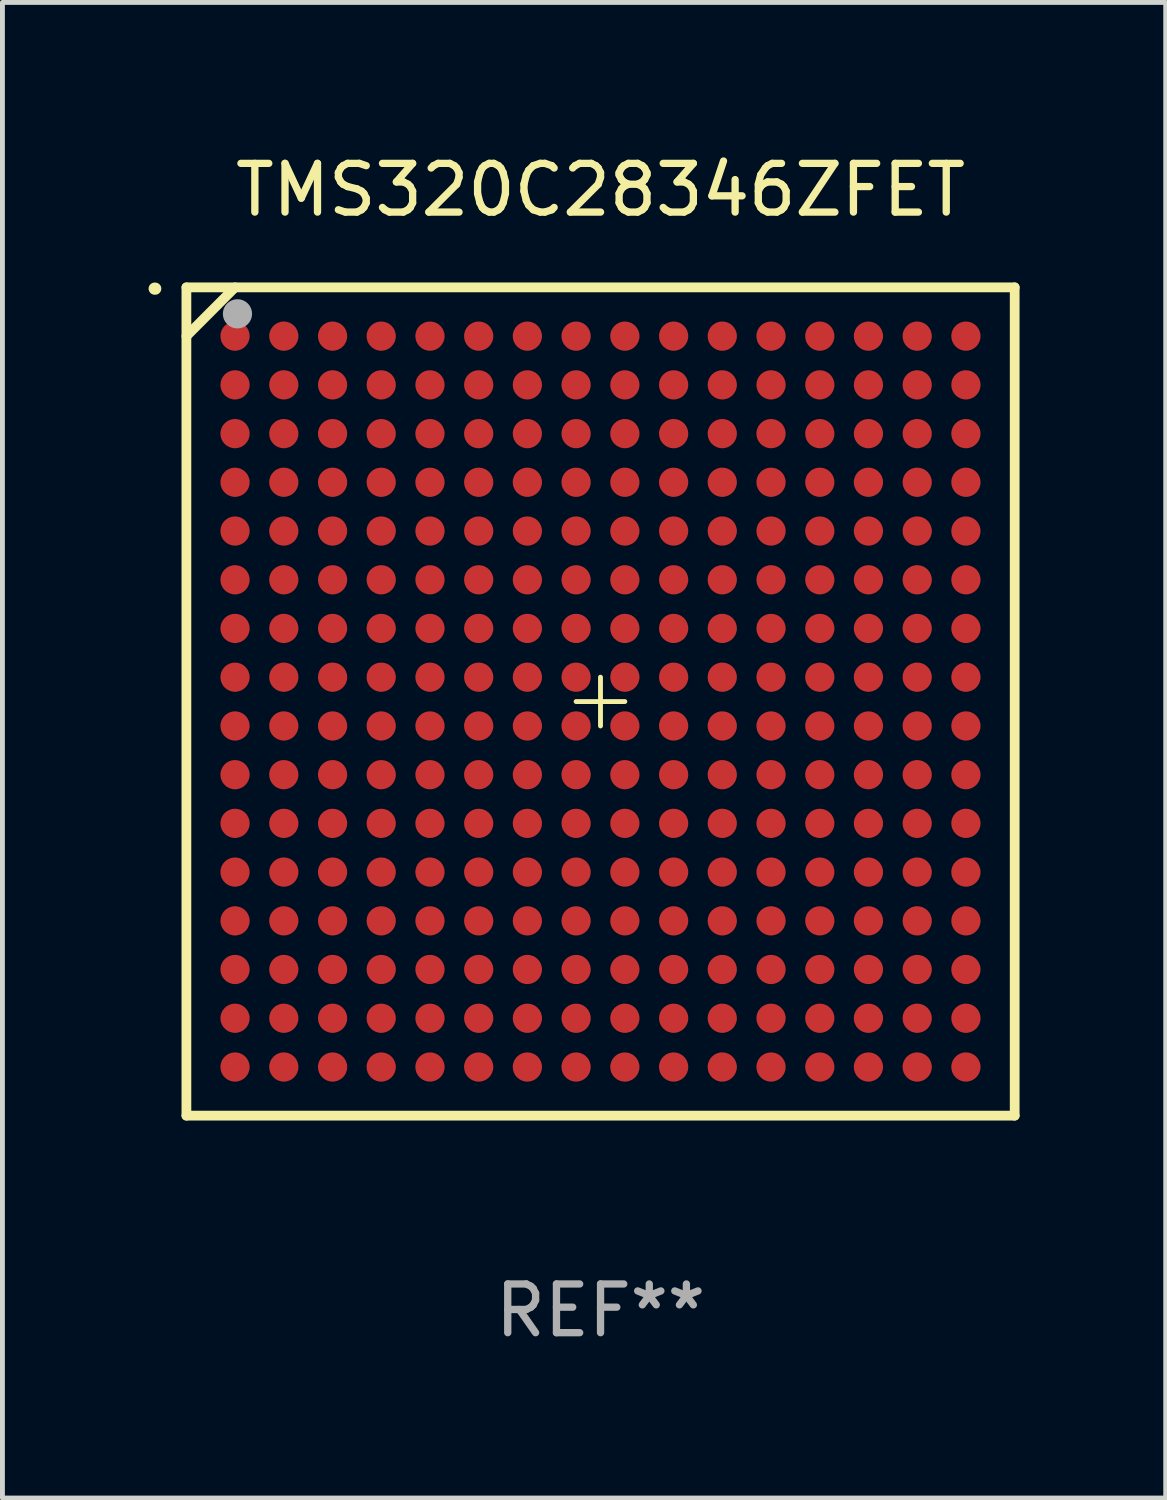
<source format=kicad_pcb>
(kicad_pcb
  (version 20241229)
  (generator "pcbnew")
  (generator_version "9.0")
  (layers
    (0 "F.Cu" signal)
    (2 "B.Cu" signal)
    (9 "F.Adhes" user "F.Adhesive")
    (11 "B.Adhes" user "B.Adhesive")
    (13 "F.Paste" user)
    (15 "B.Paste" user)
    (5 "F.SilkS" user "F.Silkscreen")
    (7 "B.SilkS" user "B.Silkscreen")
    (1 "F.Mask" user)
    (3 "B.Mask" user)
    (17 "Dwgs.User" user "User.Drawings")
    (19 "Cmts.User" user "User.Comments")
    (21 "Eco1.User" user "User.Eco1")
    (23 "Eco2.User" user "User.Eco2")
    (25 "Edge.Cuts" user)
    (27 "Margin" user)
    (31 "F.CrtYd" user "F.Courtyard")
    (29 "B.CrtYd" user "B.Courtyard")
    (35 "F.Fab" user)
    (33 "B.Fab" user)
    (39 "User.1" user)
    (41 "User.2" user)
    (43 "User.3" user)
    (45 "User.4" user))
  (footprint "TMS320C28346ZFET"
    (layer "F.Cu")
    (at 9.276 11.348)
    (property "Reference" "TMS320C28346ZFET" (at 0 -10.5 0) (layer "F.SilkS") (effects (font (size 1 1) (thickness 0.15))))
    (attr through_hole)
    (fp_line (start -8.5 -8.5) (end 8.5 -8.5) (stroke (width 0.1) (type solid)) (layer "F.SilkS"))
    (fp_line (start -8.5 -8.5) (end 8.5 -8.5) (stroke (width 0.2) (type solid)) (layer "F.SilkS"))
    (fp_line (start -8.5 -7.499) (end -7.502 -8.5) (stroke (width 0.2) (type solid)) (layer "F.SilkS"))
    (fp_line (start -8.5 8.5) (end -8.5 -8.5) (stroke (width 0.1) (type solid)) (layer "F.SilkS"))
    (fp_line (start -8.5 8.5) (end -8.5 -8.5) (stroke (width 0.2) (type solid)) (layer "F.SilkS"))
    (fp_line (start -0.001 0.502) (end -0.001 -0.499) (stroke (width 0.1) (type solid)) (layer "F.SilkS"))
    (fp_line (start 0.499 0.001) (end -0.502 0.001) (stroke (width 0.1) (type solid)) (layer "F.SilkS"))
    (fp_line (start 8.5 -8.5) (end 8.5 8.5) (stroke (width 0.1) (type solid)) (layer "F.SilkS"))
    (fp_line (start 8.5 -8.5) (end 8.5 8.5) (stroke (width 0.2) (type solid)) (layer "F.SilkS"))
    (fp_line (start 8.5 8.5) (end -8.5 8.5) (stroke (width 0.1) (type solid)) (layer "F.SilkS"))
    (fp_line (start 8.5 8.5) (end -8.5 8.5) (stroke (width 0.2) (type solid)) (layer "F.SilkS"))
    (fp_arc (start -9.151283 -8.473762) (mid -9.145728 -8.47362) (end -9.140183 -8.473254) (stroke (width 0.249987) (type solid)) (layer "F.SilkS"))
    (fp_circle (center -8.501 -8.499) (end -8.471 -8.499) (stroke (width 0.06) (type solid)) (fill no) (layer "F.SilkS"))
    (fp_circle (center -7.452 -7.957) (end -7.302 -7.957) (stroke (width 0.3) (type solid)) (fill no) (layer "F.Fab"))
    (fp_text user "REF**" (at 0 12.5 0) (layer "F.Fab") (effects (font (size 1 1) (thickness 0.15))))
    (pad "A1" smd circle (at -7.502 -7.499) (size 0.6 0.6) (layers "F.Cu" "F.Mask" "F.Paste"))
    (pad "A2" smd circle (at -6.501 -7.499) (size 0.6 0.6) (layers "F.Cu" "F.Mask" "F.Paste"))
    (pad "A3" smd circle (at -5.5 -7.499) (size 0.6 0.6) (layers "F.Cu" "F.Mask" "F.Paste"))
    (pad "A4" smd circle (at -4.502 -7.499) (size 0.6 0.6) (layers "F.Cu" "F.Mask" "F.Paste"))
    (pad "A5" smd circle (at -3.501 -7.499) (size 0.6 0.6) (layers "F.Cu" "F.Mask" "F.Paste"))
    (pad "A6" smd circle (at -2.501 -7.499) (size 0.6 0.6) (layers "F.Cu" "F.Mask" "F.Paste"))
    (pad "A7" smd circle (at -1.502 -7.499) (size 0.6 0.6) (layers "F.Cu" "F.Mask" "F.Paste"))
    (pad "A8" smd circle (at -0.502 -7.499) (size 0.6 0.6) (layers "F.Cu" "F.Mask" "F.Paste"))
    (pad "A9" smd circle (at 0.499 -7.499) (size 0.6 0.6) (layers "F.Cu" "F.Mask" "F.Paste"))
    (pad "A10" smd circle (at 1.5 -7.499) (size 0.6 0.6) (layers "F.Cu" "F.Mask" "F.Paste"))
    (pad "A11" smd circle (at 2.498 -7.499) (size 0.6 0.6) (layers "F.Cu" "F.Mask" "F.Paste"))
    (pad "A12" smd circle (at 3.499 -7.499) (size 0.6 0.6) (layers "F.Cu" "F.Mask" "F.Paste"))
    (pad "A13" smd circle (at 4.5 -7.499) (size 0.6 0.6) (layers "F.Cu" "F.Mask" "F.Paste"))
    (pad "A14" smd circle (at 5.498 -7.499) (size 0.6 0.6) (layers "F.Cu" "F.Mask" "F.Paste"))
    (pad "A15" smd circle (at 6.499 -7.499) (size 0.6 0.6) (layers "F.Cu" "F.Mask" "F.Paste"))
    (pad "A16" smd circle (at 7.499 -7.499) (size 0.6 0.6) (layers "F.Cu" "F.Mask" "F.Paste"))
    (pad "B1" smd circle (at -7.502 -6.499) (size 0.6 0.6) (layers "F.Cu" "F.Mask" "F.Paste"))
    (pad "B2" smd circle (at -6.501 -6.499) (size 0.6 0.6) (layers "F.Cu" "F.Mask" "F.Paste"))
    (pad "B3" smd circle (at -5.5 -6.499) (size 0.6 0.6) (layers "F.Cu" "F.Mask" "F.Paste"))
    (pad "B4" smd circle (at -4.502 -6.499) (size 0.6 0.6) (layers "F.Cu" "F.Mask" "F.Paste"))
    (pad "B5" smd circle (at -3.501 -6.499) (size 0.6 0.6) (layers "F.Cu" "F.Mask" "F.Paste"))
    (pad "B6" smd circle (at -2.501 -6.499) (size 0.6 0.6) (layers "F.Cu" "F.Mask" "F.Paste"))
    (pad "B7" smd circle (at -1.502 -6.499) (size 0.6 0.6) (layers "F.Cu" "F.Mask" "F.Paste"))
    (pad "B8" smd circle (at -0.502 -6.499) (size 0.6 0.6) (layers "F.Cu" "F.Mask" "F.Paste"))
    (pad "B9" smd circle (at 0.499 -6.499) (size 0.6 0.6) (layers "F.Cu" "F.Mask" "F.Paste"))
    (pad "B10" smd circle (at 1.5 -6.499) (size 0.6 0.6) (layers "F.Cu" "F.Mask" "F.Paste"))
    (pad "B11" smd circle (at 2.498 -6.499) (size 0.6 0.6) (layers "F.Cu" "F.Mask" "F.Paste"))
    (pad "B12" smd circle (at 3.499 -6.499) (size 0.6 0.6) (layers "F.Cu" "F.Mask" "F.Paste"))
    (pad "B13" smd circle (at 4.5 -6.499) (size 0.6 0.6) (layers "F.Cu" "F.Mask" "F.Paste"))
    (pad "B14" smd circle (at 5.498 -6.499) (size 0.6 0.6) (layers "F.Cu" "F.Mask" "F.Paste"))
    (pad "B15" smd circle (at 6.499 -6.499) (size 0.6 0.6) (layers "F.Cu" "F.Mask" "F.Paste"))
    (pad "B16" smd circle (at 7.499 -6.499) (size 0.6 0.6) (layers "F.Cu" "F.Mask" "F.Paste"))
    (pad "C1" smd circle (at -7.502 -5.498) (size 0.6 0.6) (layers "F.Cu" "F.Mask" "F.Paste"))
    (pad "C2" smd circle (at -6.501 -5.498) (size 0.6 0.6) (layers "F.Cu" "F.Mask" "F.Paste"))
    (pad "C3" smd circle (at -5.5 -5.498) (size 0.6 0.6) (layers "F.Cu" "F.Mask" "F.Paste"))
    (pad "C4" smd circle (at -4.502 -5.498) (size 0.6 0.6) (layers "F.Cu" "F.Mask" "F.Paste"))
    (pad "C5" smd circle (at -3.501 -5.498) (size 0.6 0.6) (layers "F.Cu" "F.Mask" "F.Paste"))
    (pad "C6" smd circle (at -2.501 -5.498) (size 0.6 0.6) (layers "F.Cu" "F.Mask" "F.Paste"))
    (pad "C7" smd circle (at -1.502 -5.498) (size 0.6 0.6) (layers "F.Cu" "F.Mask" "F.Paste"))
    (pad "C8" smd circle (at -0.502 -5.498) (size 0.6 0.6) (layers "F.Cu" "F.Mask" "F.Paste"))
    (pad "C9" smd circle (at 0.499 -5.498) (size 0.6 0.6) (layers "F.Cu" "F.Mask" "F.Paste"))
    (pad "C10" smd circle (at 1.5 -5.498) (size 0.6 0.6) (layers "F.Cu" "F.Mask" "F.Paste"))
    (pad "C11" smd circle (at 2.498 -5.498) (size 0.6 0.6) (layers "F.Cu" "F.Mask" "F.Paste"))
    (pad "C12" smd circle (at 3.499 -5.498) (size 0.6 0.6) (layers "F.Cu" "F.Mask" "F.Paste"))
    (pad "C13" smd circle (at 4.5 -5.498) (size 0.6 0.6) (layers "F.Cu" "F.Mask" "F.Paste"))
    (pad "C14" smd circle (at 5.498 -5.498) (size 0.6 0.6) (layers "F.Cu" "F.Mask" "F.Paste"))
    (pad "C15" smd circle (at 6.499 -5.498) (size 0.6 0.6) (layers "F.Cu" "F.Mask" "F.Paste"))
    (pad "C16" smd circle (at 7.499 -5.498) (size 0.6 0.6) (layers "F.Cu" "F.Mask" "F.Paste"))
    (pad "D1" smd circle (at -7.502 -4.5) (size 0.6 0.6) (layers "F.Cu" "F.Mask" "F.Paste"))
    (pad "D2" smd circle (at -6.501 -4.5) (size 0.6 0.6) (layers "F.Cu" "F.Mask" "F.Paste"))
    (pad "D3" smd circle (at -5.5 -4.5) (size 0.6 0.6) (layers "F.Cu" "F.Mask" "F.Paste"))
    (pad "D4" smd circle (at -4.502 -4.5) (size 0.6 0.6) (layers "F.Cu" "F.Mask" "F.Paste"))
    (pad "D5" smd circle (at -3.501 -4.5) (size 0.6 0.6) (layers "F.Cu" "F.Mask" "F.Paste"))
    (pad "D6" smd circle (at -2.501 -4.5) (size 0.6 0.6) (layers "F.Cu" "F.Mask" "F.Paste"))
    (pad "D7" smd circle (at -1.502 -4.5) (size 0.6 0.6) (layers "F.Cu" "F.Mask" "F.Paste"))
    (pad "D8" smd circle (at -0.502 -4.5) (size 0.6 0.6) (layers "F.Cu" "F.Mask" "F.Paste"))
    (pad "D9" smd circle (at 0.499 -4.5) (size 0.6 0.6) (layers "F.Cu" "F.Mask" "F.Paste"))
    (pad "D10" smd circle (at 1.5 -4.5) (size 0.6 0.6) (layers "F.Cu" "F.Mask" "F.Paste"))
    (pad "D11" smd circle (at 2.498 -4.5) (size 0.6 0.6) (layers "F.Cu" "F.Mask" "F.Paste"))
    (pad "D12" smd circle (at 3.499 -4.5) (size 0.6 0.6) (layers "F.Cu" "F.Mask" "F.Paste"))
    (pad "D13" smd circle (at 4.5 -4.5) (size 0.6 0.6) (layers "F.Cu" "F.Mask" "F.Paste"))
    (pad "D14" smd circle (at 5.498 -4.5) (size 0.6 0.6) (layers "F.Cu" "F.Mask" "F.Paste"))
    (pad "D15" smd circle (at 6.499 -4.5) (size 0.6 0.6) (layers "F.Cu" "F.Mask" "F.Paste"))
    (pad "D16" smd circle (at 7.499 -4.5) (size 0.6 0.6) (layers "F.Cu" "F.Mask" "F.Paste"))
    (pad "E1" smd circle (at -7.502 -3.499) (size 0.6 0.6) (layers "F.Cu" "F.Mask" "F.Paste"))
    (pad "E2" smd circle (at -6.501 -3.499) (size 0.6 0.6) (layers "F.Cu" "F.Mask" "F.Paste"))
    (pad "E3" smd circle (at -5.5 -3.499) (size 0.6 0.6) (layers "F.Cu" "F.Mask" "F.Paste"))
    (pad "E4" smd circle (at -4.502 -3.499) (size 0.6 0.6) (layers "F.Cu" "F.Mask" "F.Paste"))
    (pad "E5" smd circle (at -3.501 -3.499) (size 0.6 0.6) (layers "F.Cu" "F.Mask" "F.Paste"))
    (pad "E6" smd circle (at -2.501 -3.499) (size 0.6 0.6) (layers "F.Cu" "F.Mask" "F.Paste"))
    (pad "E7" smd circle (at -1.502 -3.499) (size 0.6 0.6) (layers "F.Cu" "F.Mask" "F.Paste"))
    (pad "E8" smd circle (at -0.502 -3.499) (size 0.6 0.6) (layers "F.Cu" "F.Mask" "F.Paste"))
    (pad "E9" smd circle (at 0.499 -3.499) (size 0.6 0.6) (layers "F.Cu" "F.Mask" "F.Paste"))
    (pad "E10" smd circle (at 1.5 -3.499) (size 0.6 0.6) (layers "F.Cu" "F.Mask" "F.Paste"))
    (pad "E11" smd circle (at 2.498 -3.499) (size 0.6 0.6) (layers "F.Cu" "F.Mask" "F.Paste"))
    (pad "E12" smd circle (at 3.499 -3.499) (size 0.6 0.6) (layers "F.Cu" "F.Mask" "F.Paste"))
    (pad "E13" smd circle (at 4.5 -3.499) (size 0.6 0.6) (layers "F.Cu" "F.Mask" "F.Paste"))
    (pad "E14" smd circle (at 5.498 -3.499) (size 0.6 0.6) (layers "F.Cu" "F.Mask" "F.Paste"))
    (pad "E15" smd circle (at 6.499 -3.499) (size 0.6 0.6) (layers "F.Cu" "F.Mask" "F.Paste"))
    (pad "E16" smd circle (at 7.499 -3.499) (size 0.6 0.6) (layers "F.Cu" "F.Mask" "F.Paste"))
    (pad "F1" smd circle (at -7.502 -2.498) (size 0.6 0.6) (layers "F.Cu" "F.Mask" "F.Paste"))
    (pad "F2" smd circle (at -6.501 -2.498) (size 0.6 0.6) (layers "F.Cu" "F.Mask" "F.Paste"))
    (pad "F3" smd circle (at -5.5 -2.498) (size 0.6 0.6) (layers "F.Cu" "F.Mask" "F.Paste"))
    (pad "F4" smd circle (at -4.502 -2.498) (size 0.6 0.6) (layers "F.Cu" "F.Mask" "F.Paste"))
    (pad "F5" smd circle (at -3.501 -2.498) (size 0.6 0.6) (layers "F.Cu" "F.Mask" "F.Paste"))
    (pad "F6" smd circle (at -2.501 -2.498) (size 0.6 0.6) (layers "F.Cu" "F.Mask" "F.Paste"))
    (pad "F7" smd circle (at -1.502 -2.498) (size 0.6 0.6) (layers "F.Cu" "F.Mask" "F.Paste"))
    (pad "F8" smd circle (at -0.502 -2.498) (size 0.6 0.6) (layers "F.Cu" "F.Mask" "F.Paste"))
    (pad "F9" smd circle (at 0.499 -2.498) (size 0.6 0.6) (layers "F.Cu" "F.Mask" "F.Paste"))
    (pad "F10" smd circle (at 1.5 -2.498) (size 0.6 0.6) (layers "F.Cu" "F.Mask" "F.Paste"))
    (pad "F11" smd circle (at 2.498 -2.498) (size 0.6 0.6) (layers "F.Cu" "F.Mask" "F.Paste"))
    (pad "F12" smd circle (at 3.499 -2.498) (size 0.6 0.6) (layers "F.Cu" "F.Mask" "F.Paste"))
    (pad "F13" smd circle (at 4.5 -2.498) (size 0.6 0.6) (layers "F.Cu" "F.Mask" "F.Paste"))
    (pad "F14" smd circle (at 5.498 -2.498) (size 0.6 0.6) (layers "F.Cu" "F.Mask" "F.Paste"))
    (pad "F15" smd circle (at 6.499 -2.498) (size 0.6 0.6) (layers "F.Cu" "F.Mask" "F.Paste"))
    (pad "F16" smd circle (at 7.499 -2.498) (size 0.6 0.6) (layers "F.Cu" "F.Mask" "F.Paste"))
    (pad "G1" smd circle (at -7.502 -1.5) (size 0.6 0.6) (layers "F.Cu" "F.Mask" "F.Paste"))
    (pad "G2" smd circle (at -6.501 -1.5) (size 0.6 0.6) (layers "F.Cu" "F.Mask" "F.Paste"))
    (pad "G3" smd circle (at -5.5 -1.5) (size 0.6 0.6) (layers "F.Cu" "F.Mask" "F.Paste"))
    (pad "G4" smd circle (at -4.502 -1.5) (size 0.6 0.6) (layers "F.Cu" "F.Mask" "F.Paste"))
    (pad "G5" smd circle (at -3.501 -1.5) (size 0.6 0.6) (layers "F.Cu" "F.Mask" "F.Paste"))
    (pad "G6" smd circle (at -2.501 -1.5) (size 0.6 0.6) (layers "F.Cu" "F.Mask" "F.Paste"))
    (pad "G7" smd circle (at -1.502 -1.5) (size 0.6 0.6) (layers "F.Cu" "F.Mask" "F.Paste"))
    (pad "G8" smd circle (at -0.502 -1.5) (size 0.6 0.6) (layers "F.Cu" "F.Mask" "F.Paste"))
    (pad "G9" smd circle (at 0.499 -1.5) (size 0.6 0.6) (layers "F.Cu" "F.Mask" "F.Paste"))
    (pad "G10" smd circle (at 1.5 -1.5) (size 0.6 0.6) (layers "F.Cu" "F.Mask" "F.Paste"))
    (pad "G11" smd circle (at 2.498 -1.5) (size 0.6 0.6) (layers "F.Cu" "F.Mask" "F.Paste"))
    (pad "G12" smd circle (at 3.499 -1.5) (size 0.6 0.6) (layers "F.Cu" "F.Mask" "F.Paste"))
    (pad "G13" smd circle (at 4.5 -1.5) (size 0.6 0.6) (layers "F.Cu" "F.Mask" "F.Paste"))
    (pad "G14" smd circle (at 5.498 -1.5) (size 0.6 0.6) (layers "F.Cu" "F.Mask" "F.Paste"))
    (pad "G15" smd circle (at 6.499 -1.5) (size 0.6 0.6) (layers "F.Cu" "F.Mask" "F.Paste"))
    (pad "G16" smd circle (at 7.499 -1.5) (size 0.6 0.6) (layers "F.Cu" "F.Mask" "F.Paste"))
    (pad "H1" smd circle (at -7.502 -0.499) (size 0.6 0.6) (layers "F.Cu" "F.Mask" "F.Paste"))
    (pad "H2" smd circle (at -6.501 -0.499) (size 0.6 0.6) (layers "F.Cu" "F.Mask" "F.Paste"))
    (pad "H3" smd circle (at -5.5 -0.499) (size 0.6 0.6) (layers "F.Cu" "F.Mask" "F.Paste"))
    (pad "H4" smd circle (at -4.502 -0.499) (size 0.6 0.6) (layers "F.Cu" "F.Mask" "F.Paste"))
    (pad "H5" smd circle (at -3.501 -0.499) (size 0.6 0.6) (layers "F.Cu" "F.Mask" "F.Paste"))
    (pad "H6" smd circle (at -2.501 -0.499) (size 0.6 0.6) (layers "F.Cu" "F.Mask" "F.Paste"))
    (pad "H7" smd circle (at -1.502 -0.499) (size 0.6 0.6) (layers "F.Cu" "F.Mask" "F.Paste"))
    (pad "H8" smd circle (at -0.502 -0.499) (size 0.6 0.6) (layers "F.Cu" "F.Mask" "F.Paste"))
    (pad "H9" smd circle (at 0.499 -0.499) (size 0.6 0.6) (layers "F.Cu" "F.Mask" "F.Paste"))
    (pad "H10" smd circle (at 1.5 -0.499) (size 0.6 0.6) (layers "F.Cu" "F.Mask" "F.Paste"))
    (pad "H11" smd circle (at 2.498 -0.499) (size 0.6 0.6) (layers "F.Cu" "F.Mask" "F.Paste"))
    (pad "H12" smd circle (at 3.499 -0.499) (size 0.6 0.6) (layers "F.Cu" "F.Mask" "F.Paste"))
    (pad "H13" smd circle (at 4.5 -0.499) (size 0.6 0.6) (layers "F.Cu" "F.Mask" "F.Paste"))
    (pad "H14" smd circle (at 5.498 -0.499) (size 0.6 0.6) (layers "F.Cu" "F.Mask" "F.Paste"))
    (pad "H15" smd circle (at 6.499 -0.499) (size 0.6 0.6) (layers "F.Cu" "F.Mask" "F.Paste"))
    (pad "H16" smd circle (at 7.499 -0.499) (size 0.6 0.6) (layers "F.Cu" "F.Mask" "F.Paste"))
    (pad "J1" smd circle (at -7.502 0.502) (size 0.6 0.6) (layers "F.Cu" "F.Mask" "F.Paste"))
    (pad "J2" smd circle (at -6.501 0.502) (size 0.6 0.6) (layers "F.Cu" "F.Mask" "F.Paste"))
    (pad "J3" smd circle (at -5.5 0.502) (size 0.6 0.6) (layers "F.Cu" "F.Mask" "F.Paste"))
    (pad "J4" smd circle (at -4.502 0.502) (size 0.6 0.6) (layers "F.Cu" "F.Mask" "F.Paste"))
    (pad "J5" smd circle (at -3.501 0.502) (size 0.6 0.6) (layers "F.Cu" "F.Mask" "F.Paste"))
    (pad "J6" smd circle (at -2.501 0.502) (size 0.6 0.6) (layers "F.Cu" "F.Mask" "F.Paste"))
    (pad "J7" smd circle (at -1.502 0.502) (size 0.6 0.6) (layers "F.Cu" "F.Mask" "F.Paste"))
    (pad "J8" smd circle (at -0.502 0.502) (size 0.6 0.6) (layers "F.Cu" "F.Mask" "F.Paste"))
    (pad "J9" smd circle (at 0.499 0.502) (size 0.6 0.6) (layers "F.Cu" "F.Mask" "F.Paste"))
    (pad "J10" smd circle (at 1.5 0.502) (size 0.6 0.6) (layers "F.Cu" "F.Mask" "F.Paste"))
    (pad "J11" smd circle (at 2.498 0.502) (size 0.6 0.6) (layers "F.Cu" "F.Mask" "F.Paste"))
    (pad "J12" smd circle (at 3.499 0.502) (size 0.6 0.6) (layers "F.Cu" "F.Mask" "F.Paste"))
    (pad "J13" smd circle (at 4.5 0.502) (size 0.6 0.6) (layers "F.Cu" "F.Mask" "F.Paste"))
    (pad "J14" smd circle (at 5.498 0.502) (size 0.6 0.6) (layers "F.Cu" "F.Mask" "F.Paste"))
    (pad "J15" smd circle (at 6.499 0.502) (size 0.6 0.6) (layers "F.Cu" "F.Mask" "F.Paste"))
    (pad "J16" smd circle (at 7.499 0.502) (size 0.6 0.6) (layers "F.Cu" "F.Mask" "F.Paste"))
    (pad "K1" smd circle (at -7.502 1.502) (size 0.6 0.6) (layers "F.Cu" "F.Mask" "F.Paste"))
    (pad "K2" smd circle (at -6.501 1.502) (size 0.6 0.6) (layers "F.Cu" "F.Mask" "F.Paste"))
    (pad "K3" smd circle (at -5.5 1.502) (size 0.6 0.6) (layers "F.Cu" "F.Mask" "F.Paste"))
    (pad "K4" smd circle (at -4.502 1.502) (size 0.6 0.6) (layers "F.Cu" "F.Mask" "F.Paste"))
    (pad "K5" smd circle (at -3.501 1.502) (size 0.6 0.6) (layers "F.Cu" "F.Mask" "F.Paste"))
    (pad "K6" smd circle (at -2.501 1.502) (size 0.6 0.6) (layers "F.Cu" "F.Mask" "F.Paste"))
    (pad "K7" smd circle (at -1.502 1.502) (size 0.6 0.6) (layers "F.Cu" "F.Mask" "F.Paste"))
    (pad "K8" smd circle (at -0.502 1.502) (size 0.6 0.6) (layers "F.Cu" "F.Mask" "F.Paste"))
    (pad "K9" smd circle (at 0.499 1.502) (size 0.6 0.6) (layers "F.Cu" "F.Mask" "F.Paste"))
    (pad "K10" smd circle (at 1.5 1.502) (size 0.6 0.6) (layers "F.Cu" "F.Mask" "F.Paste"))
    (pad "K11" smd circle (at 2.498 1.502) (size 0.6 0.6) (layers "F.Cu" "F.Mask" "F.Paste"))
    (pad "K12" smd circle (at 3.499 1.502) (size 0.6 0.6) (layers "F.Cu" "F.Mask" "F.Paste"))
    (pad "K13" smd circle (at 4.5 1.502) (size 0.6 0.6) (layers "F.Cu" "F.Mask" "F.Paste"))
    (pad "K14" smd circle (at 5.498 1.502) (size 0.6 0.6) (layers "F.Cu" "F.Mask" "F.Paste"))
    (pad "K15" smd circle (at 6.499 1.502) (size 0.6 0.6) (layers "F.Cu" "F.Mask" "F.Paste"))
    (pad "K16" smd circle (at 7.499 1.502) (size 0.6 0.6) (layers "F.Cu" "F.Mask" "F.Paste"))
    (pad "L1" smd circle (at -7.502 2.501) (size 0.6 0.6) (layers "F.Cu" "F.Mask" "F.Paste"))
    (pad "L2" smd circle (at -6.501 2.501) (size 0.6 0.6) (layers "F.Cu" "F.Mask" "F.Paste"))
    (pad "L3" smd circle (at -5.5 2.501) (size 0.6 0.6) (layers "F.Cu" "F.Mask" "F.Paste"))
    (pad "L4" smd circle (at -4.502 2.501) (size 0.6 0.6) (layers "F.Cu" "F.Mask" "F.Paste"))
    (pad "L5" smd circle (at -3.501 2.501) (size 0.6 0.6) (layers "F.Cu" "F.Mask" "F.Paste"))
    (pad "L6" smd circle (at -2.501 2.501) (size 0.6 0.6) (layers "F.Cu" "F.Mask" "F.Paste"))
    (pad "L7" smd circle (at -1.502 2.501) (size 0.6 0.6) (layers "F.Cu" "F.Mask" "F.Paste"))
    (pad "L8" smd circle (at -0.502 2.501) (size 0.6 0.6) (layers "F.Cu" "F.Mask" "F.Paste"))
    (pad "L9" smd circle (at 0.499 2.501) (size 0.6 0.6) (layers "F.Cu" "F.Mask" "F.Paste"))
    (pad "L10" smd circle (at 1.5 2.501) (size 0.6 0.6) (layers "F.Cu" "F.Mask" "F.Paste"))
    (pad "L11" smd circle (at 2.498 2.501) (size 0.6 0.6) (layers "F.Cu" "F.Mask" "F.Paste"))
    (pad "L12" smd circle (at 3.499 2.501) (size 0.6 0.6) (layers "F.Cu" "F.Mask" "F.Paste"))
    (pad "L13" smd circle (at 4.5 2.501) (size 0.6 0.6) (layers "F.Cu" "F.Mask" "F.Paste"))
    (pad "L14" smd circle (at 5.498 2.501) (size 0.6 0.6) (layers "F.Cu" "F.Mask" "F.Paste"))
    (pad "L15" smd circle (at 6.499 2.501) (size 0.6 0.6) (layers "F.Cu" "F.Mask" "F.Paste"))
    (pad "L16" smd circle (at 7.499 2.501) (size 0.6 0.6) (layers "F.Cu" "F.Mask" "F.Paste"))
    (pad "M1" smd circle (at -7.502 3.501) (size 0.6 0.6) (layers "F.Cu" "F.Mask" "F.Paste"))
    (pad "M2" smd circle (at -6.501 3.501) (size 0.6 0.6) (layers "F.Cu" "F.Mask" "F.Paste"))
    (pad "M3" smd circle (at -5.5 3.501) (size 0.6 0.6) (layers "F.Cu" "F.Mask" "F.Paste"))
    (pad "M4" smd circle (at -4.502 3.501) (size 0.6 0.6) (layers "F.Cu" "F.Mask" "F.Paste"))
    (pad "M5" smd circle (at -3.501 3.501) (size 0.6 0.6) (layers "F.Cu" "F.Mask" "F.Paste"))
    (pad "M6" smd circle (at -2.501 3.501) (size 0.6 0.6) (layers "F.Cu" "F.Mask" "F.Paste"))
    (pad "M7" smd circle (at -1.502 3.501) (size 0.6 0.6) (layers "F.Cu" "F.Mask" "F.Paste"))
    (pad "M8" smd circle (at -0.502 3.501) (size 0.6 0.6) (layers "F.Cu" "F.Mask" "F.Paste"))
    (pad "M9" smd circle (at 0.499 3.501) (size 0.6 0.6) (layers "F.Cu" "F.Mask" "F.Paste"))
    (pad "M10" smd circle (at 1.5 3.501) (size 0.6 0.6) (layers "F.Cu" "F.Mask" "F.Paste"))
    (pad "M11" smd circle (at 2.498 3.501) (size 0.6 0.6) (layers "F.Cu" "F.Mask" "F.Paste"))
    (pad "M12" smd circle (at 3.499 3.501) (size 0.6 0.6) (layers "F.Cu" "F.Mask" "F.Paste"))
    (pad "M13" smd circle (at 4.5 3.501) (size 0.6 0.6) (layers "F.Cu" "F.Mask" "F.Paste"))
    (pad "M14" smd circle (at 5.498 3.501) (size 0.6 0.6) (layers "F.Cu" "F.Mask" "F.Paste"))
    (pad "M15" smd circle (at 6.499 3.501) (size 0.6 0.6) (layers "F.Cu" "F.Mask" "F.Paste"))
    (pad "M16" smd circle (at 7.499 3.501) (size 0.6 0.6) (layers "F.Cu" "F.Mask" "F.Paste"))
    (pad "N1" smd circle (at -7.502 4.502) (size 0.6 0.6) (layers "F.Cu" "F.Mask" "F.Paste"))
    (pad "N2" smd circle (at -6.501 4.502) (size 0.6 0.6) (layers "F.Cu" "F.Mask" "F.Paste"))
    (pad "N3" smd circle (at -5.5 4.502) (size 0.6 0.6) (layers "F.Cu" "F.Mask" "F.Paste"))
    (pad "N4" smd circle (at -4.502 4.502) (size 0.6 0.6) (layers "F.Cu" "F.Mask" "F.Paste"))
    (pad "N5" smd circle (at -3.501 4.502) (size 0.6 0.6) (layers "F.Cu" "F.Mask" "F.Paste"))
    (pad "N6" smd circle (at -2.501 4.502) (size 0.6 0.6) (layers "F.Cu" "F.Mask" "F.Paste"))
    (pad "N7" smd circle (at -1.502 4.502) (size 0.6 0.6) (layers "F.Cu" "F.Mask" "F.Paste"))
    (pad "N8" smd circle (at -0.502 4.502) (size 0.6 0.6) (layers "F.Cu" "F.Mask" "F.Paste"))
    (pad "N9" smd circle (at 0.499 4.502) (size 0.6 0.6) (layers "F.Cu" "F.Mask" "F.Paste"))
    (pad "N10" smd circle (at 1.5 4.502) (size 0.6 0.6) (layers "F.Cu" "F.Mask" "F.Paste"))
    (pad "N11" smd circle (at 2.498 4.502) (size 0.6 0.6) (layers "F.Cu" "F.Mask" "F.Paste"))
    (pad "N12" smd circle (at 3.499 4.502) (size 0.6 0.6) (layers "F.Cu" "F.Mask" "F.Paste"))
    (pad "N13" smd circle (at 4.5 4.502) (size 0.6 0.6) (layers "F.Cu" "F.Mask" "F.Paste"))
    (pad "N14" smd circle (at 5.498 4.502) (size 0.6 0.6) (layers "F.Cu" "F.Mask" "F.Paste"))
    (pad "N15" smd circle (at 6.499 4.502) (size 0.6 0.6) (layers "F.Cu" "F.Mask" "F.Paste"))
    (pad "N16" smd circle (at 7.499 4.502) (size 0.6 0.6) (layers "F.Cu" "F.Mask" "F.Paste"))
    (pad "P1" smd circle (at -7.502 5.5) (size 0.6 0.6) (layers "F.Cu" "F.Mask" "F.Paste"))
    (pad "P2" smd circle (at -6.501 5.5) (size 0.6 0.6) (layers "F.Cu" "F.Mask" "F.Paste"))
    (pad "P3" smd circle (at -5.5 5.5) (size 0.6 0.6) (layers "F.Cu" "F.Mask" "F.Paste"))
    (pad "P4" smd circle (at -4.502 5.5) (size 0.6 0.6) (layers "F.Cu" "F.Mask" "F.Paste"))
    (pad "P5" smd circle (at -3.501 5.5) (size 0.6 0.6) (layers "F.Cu" "F.Mask" "F.Paste"))
    (pad "P6" smd circle (at -2.501 5.5) (size 0.6 0.6) (layers "F.Cu" "F.Mask" "F.Paste"))
    (pad "P7" smd circle (at -1.502 5.5) (size 0.6 0.6) (layers "F.Cu" "F.Mask" "F.Paste"))
    (pad "P8" smd circle (at -0.502 5.5) (size 0.6 0.6) (layers "F.Cu" "F.Mask" "F.Paste"))
    (pad "P9" smd circle (at 0.499 5.5) (size 0.6 0.6) (layers "F.Cu" "F.Mask" "F.Paste"))
    (pad "P10" smd circle (at 1.5 5.5) (size 0.6 0.6) (layers "F.Cu" "F.Mask" "F.Paste"))
    (pad "P11" smd circle (at 2.498 5.5) (size 0.6 0.6) (layers "F.Cu" "F.Mask" "F.Paste"))
    (pad "P12" smd circle (at 3.499 5.5) (size 0.6 0.6) (layers "F.Cu" "F.Mask" "F.Paste"))
    (pad "P13" smd circle (at 4.5 5.5) (size 0.6 0.6) (layers "F.Cu" "F.Mask" "F.Paste"))
    (pad "P14" smd circle (at 5.498 5.5) (size 0.6 0.6) (layers "F.Cu" "F.Mask" "F.Paste"))
    (pad "P15" smd circle (at 6.499 5.5) (size 0.6 0.6) (layers "F.Cu" "F.Mask" "F.Paste"))
    (pad "P16" smd circle (at 7.499 5.5) (size 0.6 0.6) (layers "F.Cu" "F.Mask" "F.Paste"))
    (pad "R1" smd circle (at -7.502 6.501) (size 0.6 0.6) (layers "F.Cu" "F.Mask" "F.Paste"))
    (pad "R2" smd circle (at -6.501 6.501) (size 0.6 0.6) (layers "F.Cu" "F.Mask" "F.Paste"))
    (pad "R3" smd circle (at -5.5 6.501) (size 0.6 0.6) (layers "F.Cu" "F.Mask" "F.Paste"))
    (pad "R4" smd circle (at -4.502 6.501) (size 0.6 0.6) (layers "F.Cu" "F.Mask" "F.Paste"))
    (pad "R5" smd circle (at -3.501 6.501) (size 0.6 0.6) (layers "F.Cu" "F.Mask" "F.Paste"))
    (pad "R6" smd circle (at -2.501 6.501) (size 0.6 0.6) (layers "F.Cu" "F.Mask" "F.Paste"))
    (pad "R7" smd circle (at -1.502 6.501) (size 0.6 0.6) (layers "F.Cu" "F.Mask" "F.Paste"))
    (pad "R8" smd circle (at -0.502 6.501) (size 0.6 0.6) (layers "F.Cu" "F.Mask" "F.Paste"))
    (pad "R9" smd circle (at 0.499 6.501) (size 0.6 0.6) (layers "F.Cu" "F.Mask" "F.Paste"))
    (pad "R10" smd circle (at 1.5 6.501) (size 0.6 0.6) (layers "F.Cu" "F.Mask" "F.Paste"))
    (pad "R11" smd circle (at 2.498 6.501) (size 0.6 0.6) (layers "F.Cu" "F.Mask" "F.Paste"))
    (pad "R12" smd circle (at 3.499 6.501) (size 0.6 0.6) (layers "F.Cu" "F.Mask" "F.Paste"))
    (pad "R13" smd circle (at 4.5 6.501) (size 0.6 0.6) (layers "F.Cu" "F.Mask" "F.Paste"))
    (pad "R14" smd circle (at 5.498 6.501) (size 0.6 0.6) (layers "F.Cu" "F.Mask" "F.Paste"))
    (pad "R15" smd circle (at 6.499 6.501) (size 0.6 0.6) (layers "F.Cu" "F.Mask" "F.Paste"))
    (pad "R16" smd circle (at 7.499 6.501) (size 0.6 0.6) (layers "F.Cu" "F.Mask" "F.Paste"))
    (pad "T1" smd circle (at -7.502 7.502) (size 0.6 0.6) (layers "F.Cu" "F.Mask" "F.Paste"))
    (pad "T2" smd circle (at -6.501 7.502) (size 0.6 0.6) (layers "F.Cu" "F.Mask" "F.Paste"))
    (pad "T3" smd circle (at -5.5 7.502) (size 0.6 0.6) (layers "F.Cu" "F.Mask" "F.Paste"))
    (pad "T4" smd circle (at -4.502 7.502) (size 0.6 0.6) (layers "F.Cu" "F.Mask" "F.Paste"))
    (pad "T5" smd circle (at -3.501 7.502) (size 0.6 0.6) (layers "F.Cu" "F.Mask" "F.Paste"))
    (pad "T6" smd circle (at -2.501 7.502) (size 0.6 0.6) (layers "F.Cu" "F.Mask" "F.Paste"))
    (pad "T7" smd circle (at -1.502 7.502) (size 0.6 0.6) (layers "F.Cu" "F.Mask" "F.Paste"))
    (pad "T8" smd circle (at -0.502 7.502) (size 0.6 0.6) (layers "F.Cu" "F.Mask" "F.Paste"))
    (pad "T9" smd circle (at 0.499 7.502) (size 0.6 0.6) (layers "F.Cu" "F.Mask" "F.Paste"))
    (pad "T10" smd circle (at 1.5 7.502) (size 0.6 0.6) (layers "F.Cu" "F.Mask" "F.Paste"))
    (pad "T11" smd circle (at 2.498 7.502) (size 0.6 0.6) (layers "F.Cu" "F.Mask" "F.Paste"))
    (pad "T12" smd circle (at 3.499 7.502) (size 0.6 0.6) (layers "F.Cu" "F.Mask" "F.Paste"))
    (pad "T13" smd circle (at 4.5 7.502) (size 0.6 0.6) (layers "F.Cu" "F.Mask" "F.Paste"))
    (pad "T14" smd circle (at 5.498 7.502) (size 0.6 0.6) (layers "F.Cu" "F.Mask" "F.Paste"))
    (pad "T15" smd circle (at 6.499 7.502) (size 0.6 0.6) (layers "F.Cu" "F.Mask" "F.Paste"))
    (pad "T16" smd circle (at 7.499 7.502) (size 0.6 0.6) (layers "F.Cu" "F.Mask" "F.Paste")))
  (gr_rect
    (start -3 -3)
    (end 20.876 27.697)
    (stroke (width 0.1) (type default))
    (fill no)
    (layer "Edge.Cuts")))
</source>
